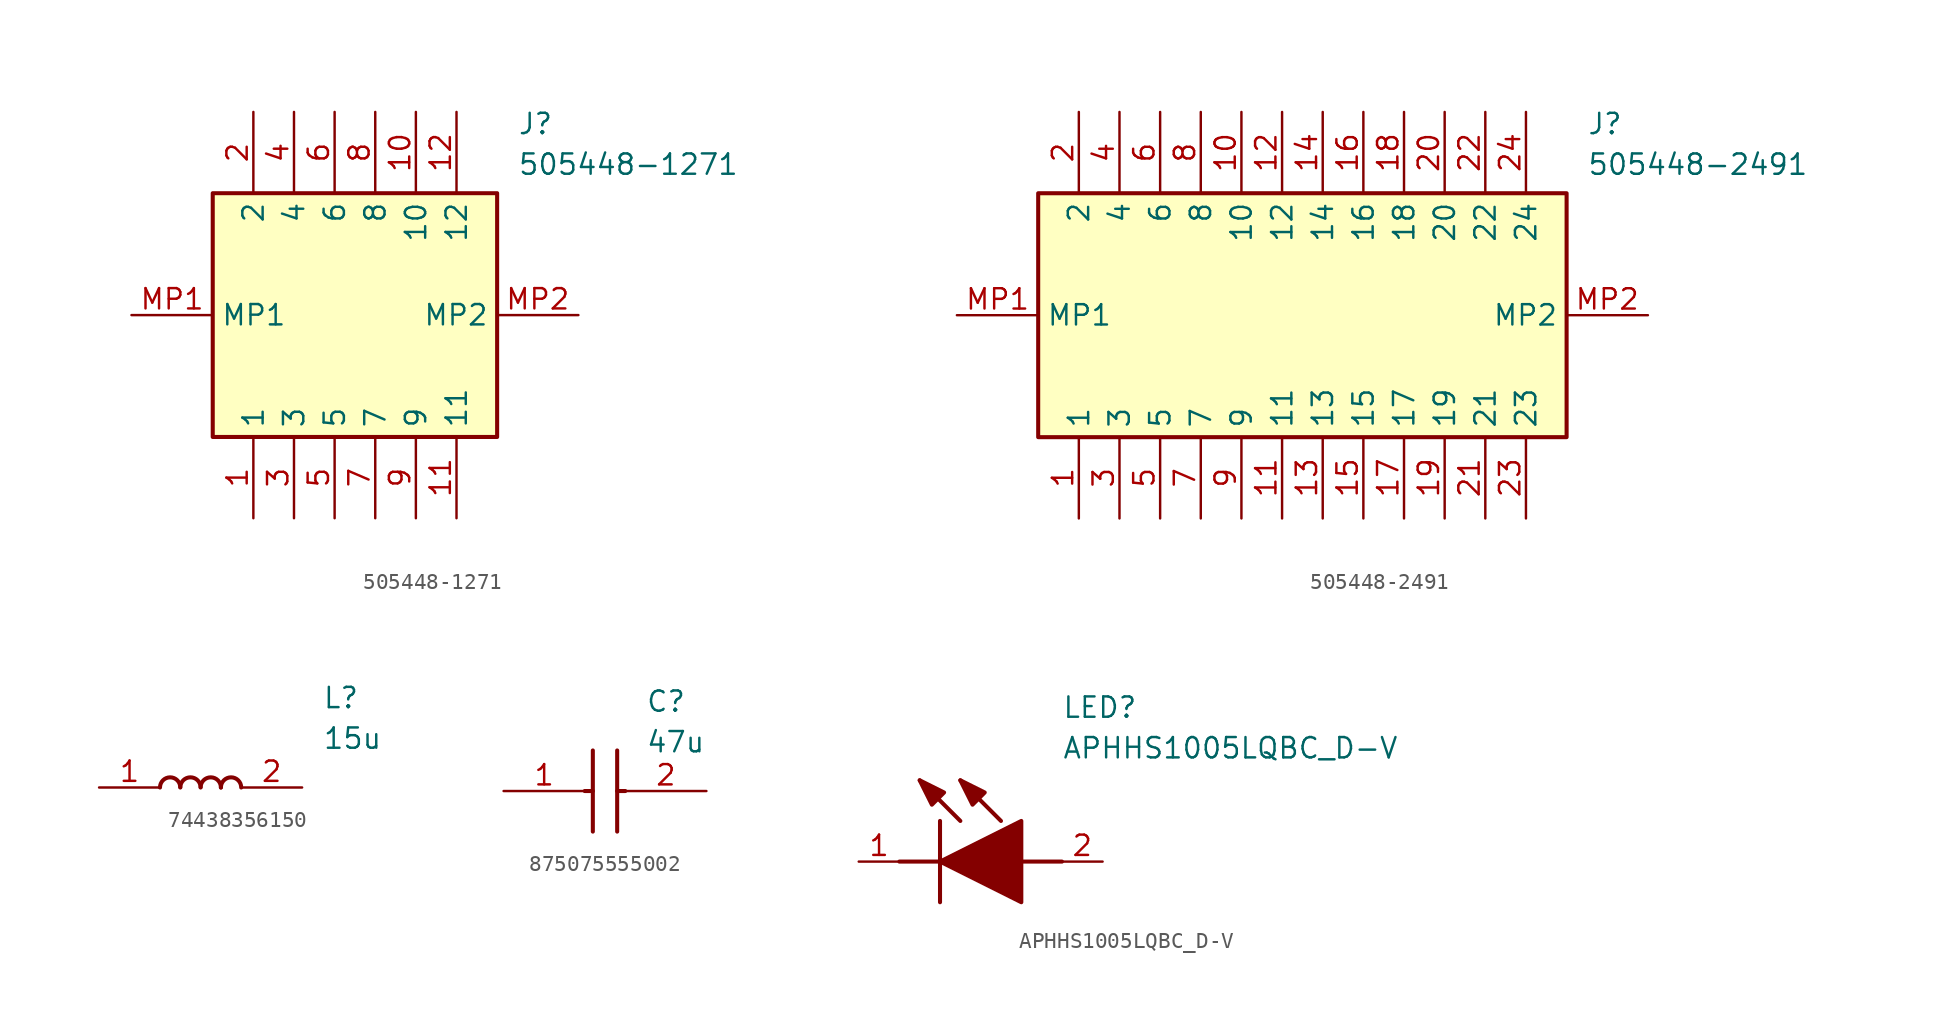
<source format=kicad_sym>
(kicad_symbol_lib
  (version 20231120)
  (generator "kicad_symbol_editor")
  (generator_version "8.0")
  (symbol "505448-1271"
    (property "Reference" "J"
      (at 24.13 12.7 0)
      (effects (font (size 1.27 1.27)) (justify left top)))
    (property "Value" "505448-1271"
      (at 24.13 10.16 0)
      (effects (font (size 1.27 1.27)) (justify left top)))
    (rectangle
      (start 5.08 7.62)
      (end 22.86 -7.62)
      (stroke (width 0.254) (type default))
      (fill (type background)))
    (pin passive line
      (at 7.62 -12.7 90)
      (length 5.08)
      (name "1" (effects (font (size 1.27 1.27))))
      (number "1" (effects (font (size 1.27 1.27)))))
    (pin passive line
      (at 7.62 12.7 270)
      (length 5.08)
      (name "2" (effects (font (size 1.27 1.27))))
      (number "2" (effects (font (size 1.27 1.27)))))
    (pin passive line
      (at 10.16 -12.7 90)
      (length 5.08)
      (name "3" (effects (font (size 1.27 1.27))))
      (number "3" (effects (font (size 1.27 1.27)))))
    (pin passive line
      (at 10.16 12.7 270)
      (length 5.08)
      (name "4" (effects (font (size 1.27 1.27))))
      (number "4" (effects (font (size 1.27 1.27)))))
    (pin passive line
      (at 12.7 -12.7 90)
      (length 5.08)
      (name "5" (effects (font (size 1.27 1.27))))
      (number "5" (effects (font (size 1.27 1.27)))))
    (pin passive line
      (at 12.7 12.7 270)
      (length 5.08)
      (name "6" (effects (font (size 1.27 1.27))))
      (number "6" (effects (font (size 1.27 1.27)))))
    (pin passive line
      (at 15.24 -12.7 90)
      (length 5.08)
      (name "7" (effects (font (size 1.27 1.27))))
      (number "7" (effects (font (size 1.27 1.27)))))
    (pin passive line
      (at 15.24 12.7 270)
      (length 5.08)
      (name "8" (effects (font (size 1.27 1.27))))
      (number "8" (effects (font (size 1.27 1.27)))))
    (pin passive line
      (at 17.78 -12.7 90)
      (length 5.08)
      (name "9" (effects (font (size 1.27 1.27))))
      (number "9" (effects (font (size 1.27 1.27)))))
    (pin passive line
      (at 17.78 12.7 270)
      (length 5.08)
      (name "10" (effects (font (size 1.27 1.27))))
      (number "10" (effects (font (size 1.27 1.27)))))
    (pin passive line
      (at 20.32 -12.7 90)
      (length 5.08)
      (name "11" (effects (font (size 1.27 1.27))))
      (number "11" (effects (font (size 1.27 1.27)))))
    (pin passive line
      (at 20.32 12.7 270)
      (length 5.08)
      (name "12" (effects (font (size 1.27 1.27))))
      (number "12" (effects (font (size 1.27 1.27)))))
    (pin passive line
      (at 0 0 0)
      (length 5.08)
      (name "MP1" (effects (font (size 1.27 1.27))))
      (number "MP1" (effects (font (size 1.27 1.27)))))
    (pin passive line
      (at 27.94 0 180)
      (length 5.08)
      (name "MP2" (effects (font (size 1.27 1.27))))
      (number "MP2" (effects (font (size 1.27 1.27))))))
  (symbol "505448-2491"
    (property "Reference" "J"
      (at 39.37 12.7 0)
      (effects (font (size 1.27 1.27)) (justify left top)))
    (property "Value" "505448-2491"
      (at 39.37 10.16 0)
      (effects (font (size 1.27 1.27)) (justify left top)))
    (rectangle
      (start 5.08 7.62)
      (end 38.1 -7.62)
      (stroke (width 0.254) (type default))
      (fill (type background)))
    (pin passive line
      (at 7.62 -12.7 90)
      (length 5.08)
      (name "1" (effects (font (size 1.27 1.27))))
      (number "1" (effects (font (size 1.27 1.27)))))
    (pin passive line
      (at 7.62 12.7 270)
      (length 5.08)
      (name "2" (effects (font (size 1.27 1.27))))
      (number "2" (effects (font (size 1.27 1.27)))))
    (pin passive line
      (at 10.16 -12.7 90)
      (length 5.08)
      (name "3" (effects (font (size 1.27 1.27))))
      (number "3" (effects (font (size 1.27 1.27)))))
    (pin passive line
      (at 10.16 12.7 270)
      (length 5.08)
      (name "4" (effects (font (size 1.27 1.27))))
      (number "4" (effects (font (size 1.27 1.27)))))
    (pin passive line
      (at 12.7 -12.7 90)
      (length 5.08)
      (name "5" (effects (font (size 1.27 1.27))))
      (number "5" (effects (font (size 1.27 1.27)))))
    (pin passive line
      (at 12.7 12.7 270)
      (length 5.08)
      (name "6" (effects (font (size 1.27 1.27))))
      (number "6" (effects (font (size 1.27 1.27)))))
    (pin passive line
      (at 15.24 -12.7 90)
      (length 5.08)
      (name "7" (effects (font (size 1.27 1.27))))
      (number "7" (effects (font (size 1.27 1.27)))))
    (pin passive line
      (at 15.24 12.7 270)
      (length 5.08)
      (name "8" (effects (font (size 1.27 1.27))))
      (number "8" (effects (font (size 1.27 1.27)))))
    (pin passive line
      (at 17.78 -12.7 90)
      (length 5.08)
      (name "9" (effects (font (size 1.27 1.27))))
      (number "9" (effects (font (size 1.27 1.27)))))
    (pin passive line
      (at 17.78 12.7 270)
      (length 5.08)
      (name "10" (effects (font (size 1.27 1.27))))
      (number "10" (effects (font (size 1.27 1.27)))))
    (pin passive line
      (at 20.32 -12.7 90)
      (length 5.08)
      (name "11" (effects (font (size 1.27 1.27))))
      (number "11" (effects (font (size 1.27 1.27)))))
    (pin passive line
      (at 20.32 12.7 270)
      (length 5.08)
      (name "12" (effects (font (size 1.27 1.27))))
      (number "12" (effects (font (size 1.27 1.27)))))
    (pin passive line
      (at 22.86 -12.7 90)
      (length 5.08)
      (name "13" (effects (font (size 1.27 1.27))))
      (number "13" (effects (font (size 1.27 1.27)))))
    (pin passive line
      (at 22.86 12.7 270)
      (length 5.08)
      (name "14" (effects (font (size 1.27 1.27))))
      (number "14" (effects (font (size 1.27 1.27)))))
    (pin passive line
      (at 25.4 -12.7 90)
      (length 5.08)
      (name "15" (effects (font (size 1.27 1.27))))
      (number "15" (effects (font (size 1.27 1.27)))))
    (pin passive line
      (at 25.4 12.7 270)
      (length 5.08)
      (name "16" (effects (font (size 1.27 1.27))))
      (number "16" (effects (font (size 1.27 1.27)))))
    (pin passive line
      (at 27.94 -12.7 90)
      (length 5.08)
      (name "17" (effects (font (size 1.27 1.27))))
      (number "17" (effects (font (size 1.27 1.27)))))
    (pin passive line
      (at 27.94 12.7 270)
      (length 5.08)
      (name "18" (effects (font (size 1.27 1.27))))
      (number "18" (effects (font (size 1.27 1.27)))))
    (pin passive line
      (at 30.48 -12.7 90)
      (length 5.08)
      (name "19" (effects (font (size 1.27 1.27))))
      (number "19" (effects (font (size 1.27 1.27)))))
    (pin passive line
      (at 30.48 12.7 270)
      (length 5.08)
      (name "20" (effects (font (size 1.27 1.27))))
      (number "20" (effects (font (size 1.27 1.27)))))
    (pin passive line
      (at 33.02 -12.7 90)
      (length 5.08)
      (name "21" (effects (font (size 1.27 1.27))))
      (number "21" (effects (font (size 1.27 1.27)))))
    (pin passive line
      (at 33.02 12.7 270)
      (length 5.08)
      (name "22" (effects (font (size 1.27 1.27))))
      (number "22" (effects (font (size 1.27 1.27)))))
    (pin passive line
      (at 35.56 -12.7 90)
      (length 5.08)
      (name "23" (effects (font (size 1.27 1.27))))
      (number "23" (effects (font (size 1.27 1.27)))))
    (pin passive line
      (at 35.56 12.7 270)
      (length 5.08)
      (name "24" (effects (font (size 1.27 1.27))))
      (number "24" (effects (font (size 1.27 1.27)))))
    (pin passive line
      (at 0 0 0)
      (length 5.08)
      (name "MP1" (effects (font (size 1.27 1.27))))
      (number "MP1" (effects (font (size 1.27 1.27)))))
    (pin passive line
      (at 43.18 0 180)
      (length 5.08)
      (name "MP2" (effects (font (size 1.27 1.27))))
      (number "MP2" (effects (font (size 1.27 1.27))))))
  (symbol "74438356150"
    (pin_names hide)
    (property "Reference" "L"
      (at 16.51 6.35 0)
      (effects (font (size 1.27 1.27)) (justify left top)))
    (property "Value" "15u"
      (at 16.51 3.81 0)
      (effects (font (size 1.27 1.27)) (justify left top)))
    (symbol "74438356150_1_1"
      (arc (start 7.62 0) (mid 6.985 0.635) (end 6.35 0) (stroke (width 0.254) (type default)) (fill (type none)))
      (arc (start 8.89 0.0252) (mid 8.255 0.6355) (end 7.62 0.0252) (stroke (width 0.254) (type default)) (fill (type none)))
      (arc (start 10.16 0) (mid 9.525 0.635) (end 8.89 0) (stroke (width 0.254) (type default)) (fill (type none)))
      (arc (start 11.43 0) (mid 10.795 0.635) (end 10.16 0) (stroke (width 0.254) (type default)) (fill (type none)))
      (pin passive line (at 2.54 0 0) (length 3.81) (name "1" (effects (font (size 1.27 1.27)))) (number "1" (effects (font (size 1.27 1.27)))))
      (pin passive line (at 15.24 0 180) (length 3.81) (name "2" (effects (font (size 1.27 1.27)))) (number "2" (effects (font (size 1.27 1.27)))))))
  (symbol "875075555002"
    (pin_names hide)
    (property "Reference" "C"
      (at 8.89 6.35 0)
      (effects (font (size 1.27 1.27)) (justify left top)))
    (property "Value" "47u"
      (at 8.89 3.81 0)
      (effects (font (size 1.27 1.27)) (justify left top)))
    (symbol "875075555002_1_1"
      (polyline (pts (xy 5.08 0) (xy 5.588 0)) (stroke (width 0.254) (type default)) (fill (type none)))
      (polyline (pts (xy 5.588 2.54) (xy 5.588 -2.54)) (stroke (width 0.254) (type default)) (fill (type none)))
      (polyline (pts (xy 7.112 0) (xy 7.62 0)) (stroke (width 0.254) (type default)) (fill (type none)))
      (polyline (pts (xy 7.112 2.54) (xy 7.112 -2.54)) (stroke (width 0.254) (type default)) (fill (type none)))
      (pin passive line (at 0 0 0) (length 5.08) (name "+" (effects (font (size 1.27 1.27)))) (number "1" (effects (font (size 1.27 1.27)))))
      (pin passive line (at 12.7 0 180) (length 5.08) (name "-" (effects (font (size 1.27 1.27)))) (number "2" (effects (font (size 1.27 1.27)))))))
  (symbol "APHHS1005LQBC_D-V"
    (pin_names hide)
    (property "Reference" "LED"
      (at 12.7 8.89 0)
      (effects (font (size 1.27 1.27)) (justify left bottom)))
    (property "Value" "APHHS1005LQBC_D-V"
      (at 12.7 6.35 0)
      (effects (font (size 1.27 1.27)) (justify left bottom)))
    (symbol "APHHS1005LQBC_D-V_1_1"
      (polyline (pts (xy 2.54 0) (xy 5.08 0)) (stroke (width 0.254) (type default)) (fill (type none)))
      (polyline (pts (xy 5.08 2.54) (xy 5.08 -2.54)) (stroke (width 0.254) (type default)) (fill (type none)))
      (polyline (pts (xy 6.35 2.54) (xy 3.81 5.08)) (stroke (width 0.254) (type default)) (fill (type none)))
      (polyline (pts (xy 8.89 2.54) (xy 6.35 5.08)) (stroke (width 0.254) (type default)) (fill (type none)))
      (polyline (pts (xy 10.16 0) (xy 12.7 0)) (stroke (width 0.254) (type default)) (fill (type none)))
      (polyline (pts (xy 5.08 0) (xy 10.16 2.54) (xy 10.16 -2.54) (xy 5.08 0)) (stroke (width 0.254) (type default)) (fill (type outline)))
      (polyline (pts (xy 5.334 4.318) (xy 4.572 3.556) (xy 3.81 5.08) (xy 5.334 4.318)) (stroke (width 0.254) (type default)) (fill (type outline)))
      (polyline (pts (xy 7.874 4.318) (xy 7.112 3.556) (xy 6.35 5.08) (xy 7.874 4.318)) (stroke (width 0.254) (type default)) (fill (type outline)))
      (pin passive line (at 0 0 0) (length 2.54) (name "K" (effects (font (size 1.27 1.27)))) (number "1" (effects (font (size 1.27 1.27)))))
      (pin passive line (at 15.24 0 180) (length 2.54) (name "A" (effects (font (size 1.27 1.27)))) (number "2" (effects (font (size 1.27 1.27))))))))
</source>
